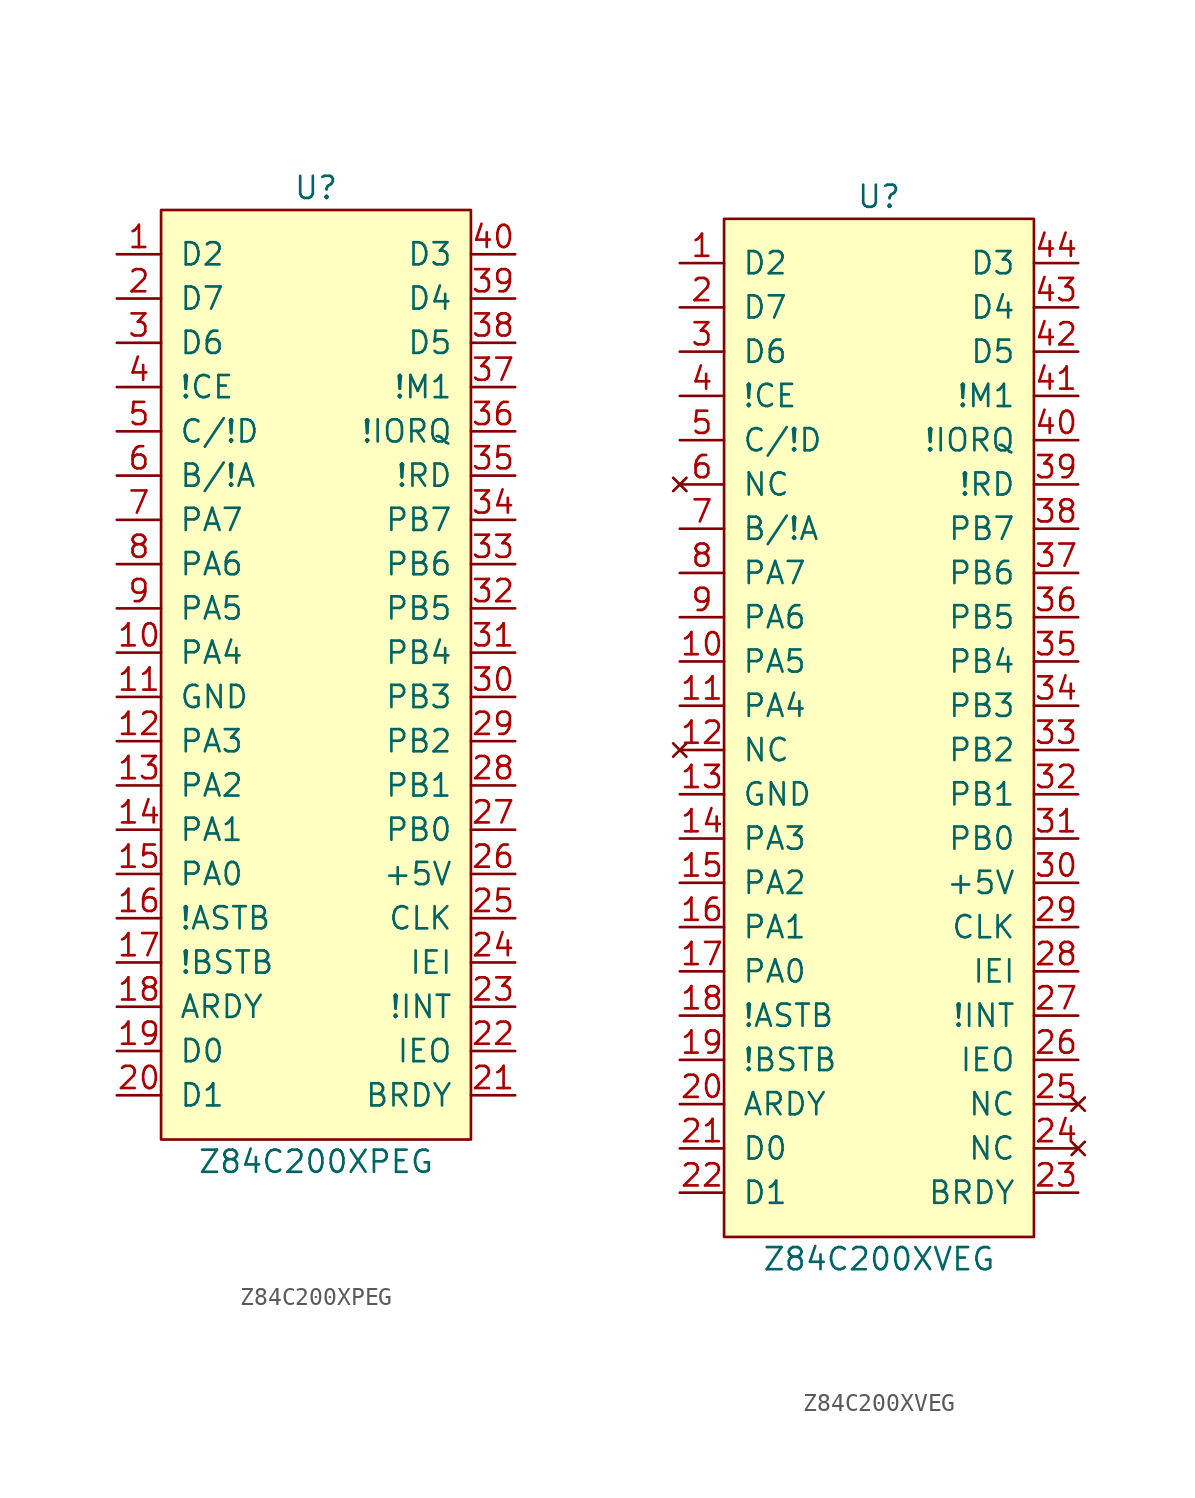
<source format=kicad_sym>
(kicad_symbol_lib
  (version 20211014)
  (generator kicad_symbol_editor)
  (symbol "Z84C200XPEG"
    (pin_names
      (offset 1.016))
    (property "Reference" "U"
      (at 0 25.4 0)
      (effects (font (size 1.27 1.27))))
    (property "Value" "Z84C200XPEG"
      (at 0 -30.48 0)
      (effects (font (size 1.27 1.27))))
    (symbol "Z84C200XPEG_0_1"
      (rectangle (start -8.89 24.13) (end 8.89 -29.21) (stroke (width 0) (type default) (color 0 0 0 0)) (fill (type background))))
    (symbol "Z84C200XPEG_1_1"
      (pin bidirectional line (at -11.43 21.59 0) (length 2.54) (name "D2" (effects (font (size 1.27 1.27)))) (number "1" (effects (font (size 1.27 1.27)))))
      (pin bidirectional line (at -11.43 -1.27 0) (length 2.54) (name "PA4" (effects (font (size 1.27 1.27)))) (number "10" (effects (font (size 1.27 1.27)))))
      (pin power_in line (at -11.43 -3.81 0) (length 2.54) (name "GND" (effects (font (size 1.27 1.27)))) (number "11" (effects (font (size 1.27 1.27)))))
      (pin bidirectional line (at -11.43 -6.35 0) (length 2.54) (name "PA3" (effects (font (size 1.27 1.27)))) (number "12" (effects (font (size 1.27 1.27)))))
      (pin bidirectional line (at -11.43 -8.89 0) (length 2.54) (name "PA2" (effects (font (size 1.27 1.27)))) (number "13" (effects (font (size 1.27 1.27)))))
      (pin bidirectional line (at -11.43 -11.43 0) (length 2.54) (name "PA1" (effects (font (size 1.27 1.27)))) (number "14" (effects (font (size 1.27 1.27)))))
      (pin bidirectional line (at -11.43 -13.97 0) (length 2.54) (name "PA0" (effects (font (size 1.27 1.27)))) (number "15" (effects (font (size 1.27 1.27)))))
      (pin input line (at -11.43 -16.51 0) (length 2.54) (name "!ASTB" (effects (font (size 1.27 1.27)))) (number "16" (effects (font (size 1.27 1.27)))))
      (pin input line (at -11.43 -19.05 0) (length 2.54) (name "!BSTB" (effects (font (size 1.27 1.27)))) (number "17" (effects (font (size 1.27 1.27)))))
      (pin output line (at -11.43 -21.59 0) (length 2.54) (name "ARDY" (effects (font (size 1.27 1.27)))) (number "18" (effects (font (size 1.27 1.27)))))
      (pin bidirectional line (at -11.43 -24.13 0) (length 2.54) (name "D0" (effects (font (size 1.27 1.27)))) (number "19" (effects (font (size 1.27 1.27)))))
      (pin bidirectional line (at -11.43 19.05 0) (length 2.54) (name "D7" (effects (font (size 1.27 1.27)))) (number "2" (effects (font (size 1.27 1.27)))))
      (pin bidirectional line (at -11.43 -26.67 0) (length 2.54) (name "D1" (effects (font (size 1.27 1.27)))) (number "20" (effects (font (size 1.27 1.27)))))
      (pin output line (at 11.43 -26.67 180) (length 2.54) (name "BRDY" (effects (font (size 1.27 1.27)))) (number "21" (effects (font (size 1.27 1.27)))))
      (pin output line (at 11.43 -24.13 180) (length 2.54) (name "IEO" (effects (font (size 1.27 1.27)))) (number "22" (effects (font (size 1.27 1.27)))))
      (pin output line (at 11.43 -21.59 180) (length 2.54) (name "!INT" (effects (font (size 1.27 1.27)))) (number "23" (effects (font (size 1.27 1.27)))))
      (pin input line (at 11.43 -19.05 180) (length 2.54) (name "IEI" (effects (font (size 1.27 1.27)))) (number "24" (effects (font (size 1.27 1.27)))))
      (pin input line (at 11.43 -16.51 180) (length 2.54) (name "CLK" (effects (font (size 1.27 1.27)))) (number "25" (effects (font (size 1.27 1.27)))))
      (pin power_in line (at 11.43 -13.97 180) (length 2.54) (name "+5V" (effects (font (size 1.27 1.27)))) (number "26" (effects (font (size 1.27 1.27)))))
      (pin bidirectional line (at 11.43 -11.43 180) (length 2.54) (name "PB0" (effects (font (size 1.27 1.27)))) (number "27" (effects (font (size 1.27 1.27)))))
      (pin bidirectional line (at 11.43 -8.89 180) (length 2.54) (name "PB1" (effects (font (size 1.27 1.27)))) (number "28" (effects (font (size 1.27 1.27)))))
      (pin bidirectional line (at 11.43 -6.35 180) (length 2.54) (name "PB2" (effects (font (size 1.27 1.27)))) (number "29" (effects (font (size 1.27 1.27)))))
      (pin bidirectional line (at -11.43 16.51 0) (length 2.54) (name "D6" (effects (font (size 1.27 1.27)))) (number "3" (effects (font (size 1.27 1.27)))))
      (pin bidirectional line (at 11.43 -3.81 180) (length 2.54) (name "PB3" (effects (font (size 1.27 1.27)))) (number "30" (effects (font (size 1.27 1.27)))))
      (pin bidirectional line (at 11.43 -1.27 180) (length 2.54) (name "PB4" (effects (font (size 1.27 1.27)))) (number "31" (effects (font (size 1.27 1.27)))))
      (pin bidirectional line (at 11.43 1.27 180) (length 2.54) (name "PB5" (effects (font (size 1.27 1.27)))) (number "32" (effects (font (size 1.27 1.27)))))
      (pin bidirectional line (at 11.43 3.81 180) (length 2.54) (name "PB6" (effects (font (size 1.27 1.27)))) (number "33" (effects (font (size 1.27 1.27)))))
      (pin bidirectional line (at 11.43 6.35 180) (length 2.54) (name "PB7" (effects (font (size 1.27 1.27)))) (number "34" (effects (font (size 1.27 1.27)))))
      (pin input line (at 11.43 8.89 180) (length 2.54) (name "!RD" (effects (font (size 1.27 1.27)))) (number "35" (effects (font (size 1.27 1.27)))))
      (pin input line (at 11.43 11.43 180) (length 2.54) (name "!IORQ" (effects (font (size 1.27 1.27)))) (number "36" (effects (font (size 1.27 1.27)))))
      (pin input line (at 11.43 13.97 180) (length 2.54) (name "!M1" (effects (font (size 1.27 1.27)))) (number "37" (effects (font (size 1.27 1.27)))))
      (pin bidirectional line (at 11.43 16.51 180) (length 2.54) (name "D5" (effects (font (size 1.27 1.27)))) (number "38" (effects (font (size 1.27 1.27)))))
      (pin bidirectional line (at 11.43 19.05 180) (length 2.54) (name "D4" (effects (font (size 1.27 1.27)))) (number "39" (effects (font (size 1.27 1.27)))))
      (pin input line (at -11.43 13.97 0) (length 2.54) (name "!CE" (effects (font (size 1.27 1.27)))) (number "4" (effects (font (size 1.27 1.27)))))
      (pin bidirectional line (at 11.43 21.59 180) (length 2.54) (name "D3" (effects (font (size 1.27 1.27)))) (number "40" (effects (font (size 1.27 1.27)))))
      (pin input line (at -11.43 11.43 0) (length 2.54) (name "C/!D" (effects (font (size 1.27 1.27)))) (number "5" (effects (font (size 1.27 1.27)))))
      (pin input line (at -11.43 8.89 0) (length 2.54) (name "B/!A" (effects (font (size 1.27 1.27)))) (number "6" (effects (font (size 1.27 1.27)))))
      (pin bidirectional line (at -11.43 6.35 0) (length 2.54) (name "PA7" (effects (font (size 1.27 1.27)))) (number "7" (effects (font (size 1.27 1.27)))))
      (pin bidirectional line (at -11.43 3.81 0) (length 2.54) (name "PA6" (effects (font (size 1.27 1.27)))) (number "8" (effects (font (size 1.27 1.27)))))
      (pin bidirectional line (at -11.43 1.27 0) (length 2.54) (name "PA5" (effects (font (size 1.27 1.27)))) (number "9" (effects (font (size 1.27 1.27)))))))
  (symbol "Z84C200XVEG"
    (pin_names
      (offset 1.016))
    (property "Reference" "U"
      (at 0 33.02 0)
      (effects (font (size 1.27 1.27))))
    (property "Value" "Z84C200XVEG"
      (at 0 -27.94 0)
      (effects (font (size 1.27 1.27))))
    (symbol "Z84C200XVEG_0_1"
      (rectangle (start -8.89 31.75) (end 8.89 -26.67) (stroke (width 0) (type default) (color 0 0 0 0)) (fill (type background))))
    (symbol "Z84C200XVEG_1_1"
      (pin bidirectional line (at -11.43 29.21 0) (length 2.54) (name "D2" (effects (font (size 1.27 1.27)))) (number "1" (effects (font (size 1.27 1.27)))))
      (pin bidirectional line (at -11.43 6.35 0) (length 2.54) (name "PA5" (effects (font (size 1.27 1.27)))) (number "10" (effects (font (size 1.27 1.27)))))
      (pin bidirectional line (at -11.43 3.81 0) (length 2.54) (name "PA4" (effects (font (size 1.27 1.27)))) (number "11" (effects (font (size 1.27 1.27)))))
      (pin no_connect line (at -11.43 1.27 0) (length 2.54) (name "NC" (effects (font (size 1.27 1.27)))) (number "12" (effects (font (size 1.27 1.27)))))
      (pin power_in line (at -11.43 -1.27 0) (length 2.54) (name "GND" (effects (font (size 1.27 1.27)))) (number "13" (effects (font (size 1.27 1.27)))))
      (pin bidirectional line (at -11.43 -3.81 0) (length 2.54) (name "PA3" (effects (font (size 1.27 1.27)))) (number "14" (effects (font (size 1.27 1.27)))))
      (pin bidirectional line (at -11.43 -6.35 0) (length 2.54) (name "PA2" (effects (font (size 1.27 1.27)))) (number "15" (effects (font (size 1.27 1.27)))))
      (pin bidirectional line (at -11.43 -8.89 0) (length 2.54) (name "PA1" (effects (font (size 1.27 1.27)))) (number "16" (effects (font (size 1.27 1.27)))))
      (pin bidirectional line (at -11.43 -11.43 0) (length 2.54) (name "PA0" (effects (font (size 1.27 1.27)))) (number "17" (effects (font (size 1.27 1.27)))))
      (pin input line (at -11.43 -13.97 0) (length 2.54) (name "!ASTB" (effects (font (size 1.27 1.27)))) (number "18" (effects (font (size 1.27 1.27)))))
      (pin input line (at -11.43 -16.51 0) (length 2.54) (name "!BSTB" (effects (font (size 1.27 1.27)))) (number "19" (effects (font (size 1.27 1.27)))))
      (pin bidirectional line (at -11.43 26.67 0) (length 2.54) (name "D7" (effects (font (size 1.27 1.27)))) (number "2" (effects (font (size 1.27 1.27)))))
      (pin output line (at -11.43 -19.05 0) (length 2.54) (name "ARDY" (effects (font (size 1.27 1.27)))) (number "20" (effects (font (size 1.27 1.27)))))
      (pin bidirectional line (at -11.43 -21.59 0) (length 2.54) (name "D0" (effects (font (size 1.27 1.27)))) (number "21" (effects (font (size 1.27 1.27)))))
      (pin bidirectional line (at -11.43 -24.13 0) (length 2.54) (name "D1" (effects (font (size 1.27 1.27)))) (number "22" (effects (font (size 1.27 1.27)))))
      (pin output line (at 11.43 -24.13 180) (length 2.54) (name "BRDY" (effects (font (size 1.27 1.27)))) (number "23" (effects (font (size 1.27 1.27)))))
      (pin no_connect line (at 11.43 -21.59 180) (length 2.54) (name "NC" (effects (font (size 1.27 1.27)))) (number "24" (effects (font (size 1.27 1.27)))))
      (pin no_connect line (at 11.43 -19.05 180) (length 2.54) (name "NC" (effects (font (size 1.27 1.27)))) (number "25" (effects (font (size 1.27 1.27)))))
      (pin output line (at 11.43 -16.51 180) (length 2.54) (name "IEO" (effects (font (size 1.27 1.27)))) (number "26" (effects (font (size 1.27 1.27)))))
      (pin output line (at 11.43 -13.97 180) (length 2.54) (name "!INT" (effects (font (size 1.27 1.27)))) (number "27" (effects (font (size 1.27 1.27)))))
      (pin input line (at 11.43 -11.43 180) (length 2.54) (name "IEI" (effects (font (size 1.27 1.27)))) (number "28" (effects (font (size 1.27 1.27)))))
      (pin input line (at 11.43 -8.89 180) (length 2.54) (name "CLK" (effects (font (size 1.27 1.27)))) (number "29" (effects (font (size 1.27 1.27)))))
      (pin bidirectional line (at -11.43 24.13 0) (length 2.54) (name "D6" (effects (font (size 1.27 1.27)))) (number "3" (effects (font (size 1.27 1.27)))))
      (pin power_in line (at 11.43 -6.35 180) (length 2.54) (name "+5V" (effects (font (size 1.27 1.27)))) (number "30" (effects (font (size 1.27 1.27)))))
      (pin bidirectional line (at 11.43 -3.81 180) (length 2.54) (name "PB0" (effects (font (size 1.27 1.27)))) (number "31" (effects (font (size 1.27 1.27)))))
      (pin bidirectional line (at 11.43 -1.27 180) (length 2.54) (name "PB1" (effects (font (size 1.27 1.27)))) (number "32" (effects (font (size 1.27 1.27)))))
      (pin bidirectional line (at 11.43 1.27 180) (length 2.54) (name "PB2" (effects (font (size 1.27 1.27)))) (number "33" (effects (font (size 1.27 1.27)))))
      (pin bidirectional line (at 11.43 3.81 180) (length 2.54) (name "PB3" (effects (font (size 1.27 1.27)))) (number "34" (effects (font (size 1.27 1.27)))))
      (pin bidirectional line (at 11.43 6.35 180) (length 2.54) (name "PB4" (effects (font (size 1.27 1.27)))) (number "35" (effects (font (size 1.27 1.27)))))
      (pin bidirectional line (at 11.43 8.89 180) (length 2.54) (name "PB5" (effects (font (size 1.27 1.27)))) (number "36" (effects (font (size 1.27 1.27)))))
      (pin bidirectional line (at 11.43 11.43 180) (length 2.54) (name "PB6" (effects (font (size 1.27 1.27)))) (number "37" (effects (font (size 1.27 1.27)))))
      (pin bidirectional line (at 11.43 13.97 180) (length 2.54) (name "PB7" (effects (font (size 1.27 1.27)))) (number "38" (effects (font (size 1.27 1.27)))))
      (pin input line (at 11.43 16.51 180) (length 2.54) (name "!RD" (effects (font (size 1.27 1.27)))) (number "39" (effects (font (size 1.27 1.27)))))
      (pin input line (at -11.43 21.59 0) (length 2.54) (name "!CE" (effects (font (size 1.27 1.27)))) (number "4" (effects (font (size 1.27 1.27)))))
      (pin input line (at 11.43 19.05 180) (length 2.54) (name "!IORQ" (effects (font (size 1.27 1.27)))) (number "40" (effects (font (size 1.27 1.27)))))
      (pin input line (at 11.43 21.59 180) (length 2.54) (name "!M1" (effects (font (size 1.27 1.27)))) (number "41" (effects (font (size 1.27 1.27)))))
      (pin bidirectional line (at 11.43 24.13 180) (length 2.54) (name "D5" (effects (font (size 1.27 1.27)))) (number "42" (effects (font (size 1.27 1.27)))))
      (pin bidirectional line (at 11.43 26.67 180) (length 2.54) (name "D4" (effects (font (size 1.27 1.27)))) (number "43" (effects (font (size 1.27 1.27)))))
      (pin bidirectional line (at 11.43 29.21 180) (length 2.54) (name "D3" (effects (font (size 1.27 1.27)))) (number "44" (effects (font (size 1.27 1.27)))))
      (pin input line (at -11.43 19.05 0) (length 2.54) (name "C/!D" (effects (font (size 1.27 1.27)))) (number "5" (effects (font (size 1.27 1.27)))))
      (pin no_connect line (at -11.43 16.51 0) (length 2.54) (name "NC" (effects (font (size 1.27 1.27)))) (number "6" (effects (font (size 1.27 1.27)))))
      (pin input line (at -11.43 13.97 0) (length 2.54) (name "B/!A" (effects (font (size 1.27 1.27)))) (number "7" (effects (font (size 1.27 1.27)))))
      (pin bidirectional line (at -11.43 11.43 0) (length 2.54) (name "PA7" (effects (font (size 1.27 1.27)))) (number "8" (effects (font (size 1.27 1.27)))))
      (pin bidirectional line (at -11.43 8.89 0) (length 2.54) (name "PA6" (effects (font (size 1.27 1.27)))) (number "9" (effects (font (size 1.27 1.27))))))))
</source>
